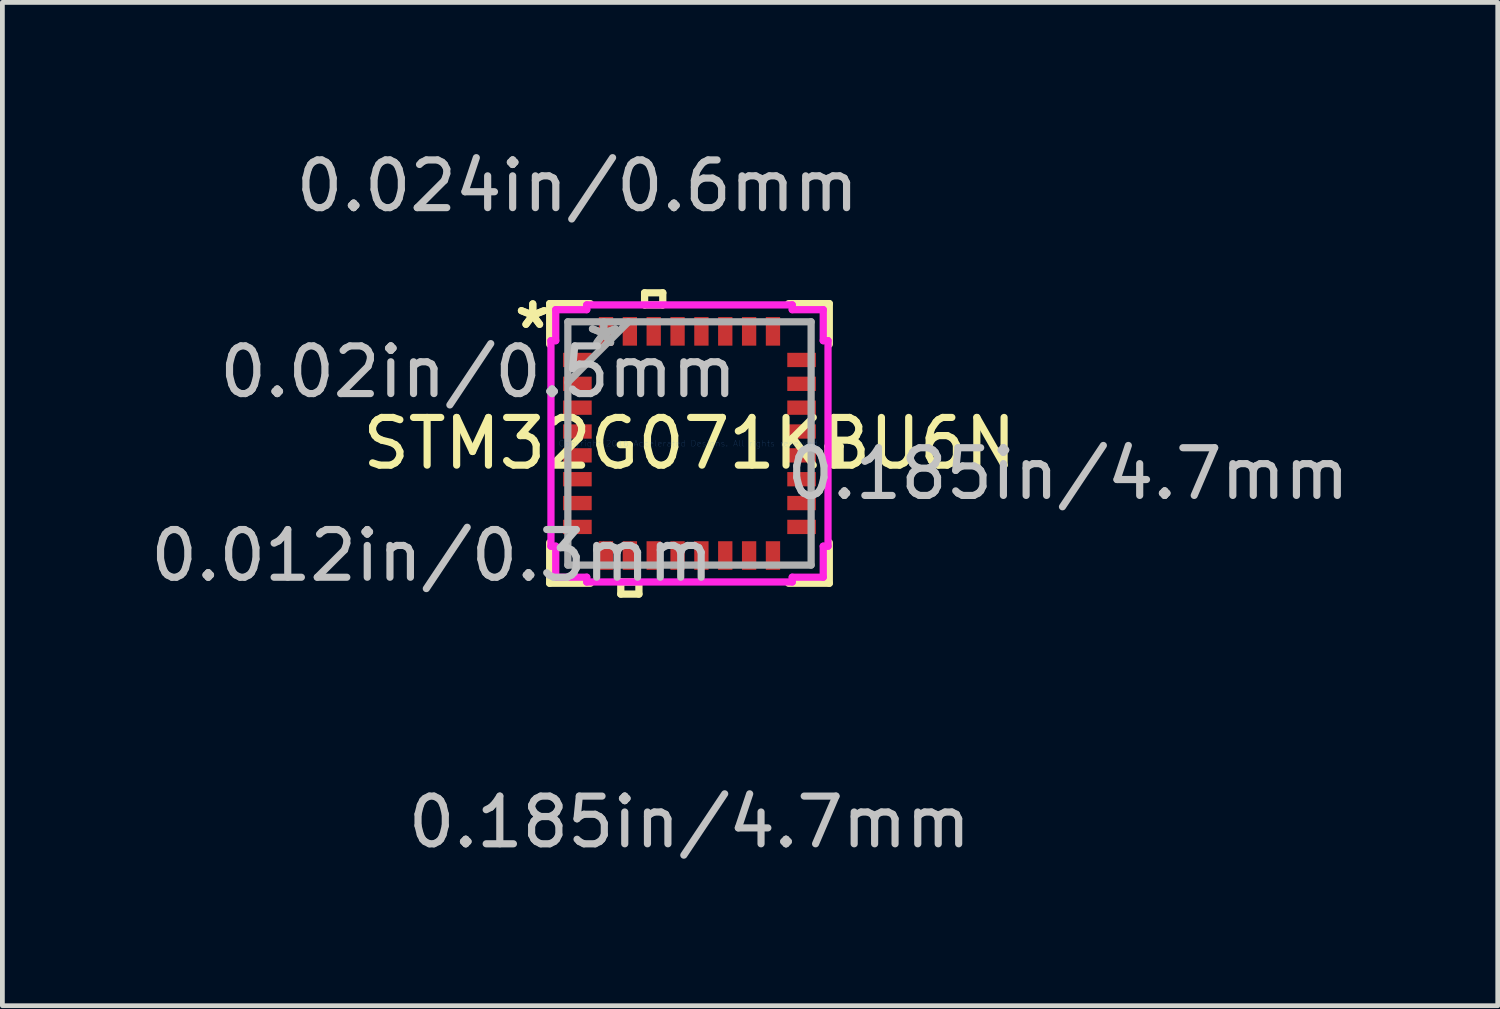
<source format=kicad_pcb>
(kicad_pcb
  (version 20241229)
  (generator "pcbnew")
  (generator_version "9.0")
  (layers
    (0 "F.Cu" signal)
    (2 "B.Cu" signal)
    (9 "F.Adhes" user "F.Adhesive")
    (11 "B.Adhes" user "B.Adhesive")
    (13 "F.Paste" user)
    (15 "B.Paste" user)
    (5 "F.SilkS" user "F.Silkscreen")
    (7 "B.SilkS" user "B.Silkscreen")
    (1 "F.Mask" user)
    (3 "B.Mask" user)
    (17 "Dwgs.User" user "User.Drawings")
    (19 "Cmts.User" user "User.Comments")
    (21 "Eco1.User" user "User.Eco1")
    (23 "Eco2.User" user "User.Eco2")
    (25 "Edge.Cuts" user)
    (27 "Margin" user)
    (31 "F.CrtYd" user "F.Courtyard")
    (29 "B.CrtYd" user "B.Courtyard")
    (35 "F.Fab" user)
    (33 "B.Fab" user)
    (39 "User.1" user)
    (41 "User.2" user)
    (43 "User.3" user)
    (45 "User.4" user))
  (footprint "STM32G071KBU6N"
    (layer "F.Cu")
    (at 11.404 6.246)
    (property "Reference" "STM32G071KBU6N" (at 0 0 0) (layer "F.SilkS") (effects (font (size 1 1) (thickness 0.15))))
    (attr through_hole)
    (fp_line (start -2.931 -2.931) (end -2.931 -2.078) (stroke (width 0.152) (type solid)) (layer "F.SilkS"))
    (fp_line (start -2.931 2.078) (end -2.931 2.931) (stroke (width 0.152) (type solid)) (layer "F.SilkS"))
    (fp_line (start -2.931 2.931) (end -2.078 2.931) (stroke (width 0.152) (type solid)) (layer "F.SilkS"))
    (fp_line (start -2.078 -2.931) (end -2.931 -2.931) (stroke (width 0.152) (type solid)) (layer "F.SilkS"))
    (fp_line (start -1.44 2.904) (end -1.44 3.158) (stroke (width 0.152) (type solid)) (layer "F.SilkS"))
    (fp_line (start -1.44 3.158) (end -1.06 3.158) (stroke (width 0.152) (type solid)) (layer "F.SilkS"))
    (fp_line (start -1.06 2.904) (end -1.44 2.904) (stroke (width 0.152) (type solid)) (layer "F.SilkS"))
    (fp_line (start -1.06 3.158) (end -1.06 2.904) (stroke (width 0.152) (type solid)) (layer "F.SilkS"))
    (fp_line (start -0.941 -3.158) (end -0.56 -3.158) (stroke (width 0.152) (type solid)) (layer "F.SilkS"))
    (fp_line (start -0.941 -2.904) (end -0.941 -3.158) (stroke (width 0.152) (type solid)) (layer "F.SilkS"))
    (fp_line (start -0.56 -3.158) (end -0.56 -2.904) (stroke (width 0.152) (type solid)) (layer "F.SilkS"))
    (fp_line (start -0.56 -2.904) (end -0.941 -2.904) (stroke (width 0.152) (type solid)) (layer "F.SilkS"))
    (fp_line (start 2.078 2.931) (end 2.931 2.931) (stroke (width 0.152) (type solid)) (layer "F.SilkS"))
    (fp_line (start 2.904 0.059) (end 3.158 0.059) (stroke (width 0.152) (type solid)) (layer "F.SilkS"))
    (fp_line (start 2.904 0.441) (end 2.904 0.059) (stroke (width 0.152) (type solid)) (layer "F.SilkS"))
    (fp_line (start 2.931 -2.931) (end 2.078 -2.931) (stroke (width 0.152) (type solid)) (layer "F.SilkS"))
    (fp_line (start 2.931 -2.078) (end 2.931 -2.931) (stroke (width 0.152) (type solid)) (layer "F.SilkS"))
    (fp_line (start 2.931 2.931) (end 2.931 2.078) (stroke (width 0.152) (type solid)) (layer "F.SilkS"))
    (fp_line (start 3.158 0.059) (end 3.158 0.441) (stroke (width 0.152) (type solid)) (layer "F.SilkS"))
    (fp_line (start 3.158 0.441) (end 2.904 0.441) (stroke (width 0.152) (type solid)) (layer "F.SilkS"))
    (fp_line (start -2.904 -2.154) (end -2.804 -2.154) (stroke (width 0.152) (type solid)) (layer "F.CrtYd"))
    (fp_line (start -2.904 2.154) (end -2.904 -2.154) (stroke (width 0.152) (type solid)) (layer "F.CrtYd"))
    (fp_line (start -2.804 -2.804) (end -2.154 -2.804) (stroke (width 0.152) (type solid)) (layer "F.CrtYd"))
    (fp_line (start -2.804 -2.154) (end -2.804 -2.804) (stroke (width 0.152) (type solid)) (layer "F.CrtYd"))
    (fp_line (start -2.804 2.154) (end -2.904 2.154) (stroke (width 0.152) (type solid)) (layer "F.CrtYd"))
    (fp_line (start -2.804 2.804) (end -2.804 2.154) (stroke (width 0.152) (type solid)) (layer "F.CrtYd"))
    (fp_line (start -2.154 -2.904) (end 2.154 -2.904) (stroke (width 0.152) (type solid)) (layer "F.CrtYd"))
    (fp_line (start -2.154 -2.804) (end -2.154 -2.904) (stroke (width 0.152) (type solid)) (layer "F.CrtYd"))
    (fp_line (start -2.154 2.804) (end -2.804 2.804) (stroke (width 0.152) (type solid)) (layer "F.CrtYd"))
    (fp_line (start -2.154 2.904) (end -2.154 2.804) (stroke (width 0.152) (type solid)) (layer "F.CrtYd"))
    (fp_line (start 2.154 -2.904) (end 2.154 -2.804) (stroke (width 0.152) (type solid)) (layer "F.CrtYd"))
    (fp_line (start 2.154 -2.804) (end 2.804 -2.804) (stroke (width 0.152) (type solid)) (layer "F.CrtYd"))
    (fp_line (start 2.154 2.804) (end 2.154 2.904) (stroke (width 0.152) (type solid)) (layer "F.CrtYd"))
    (fp_line (start 2.154 2.904) (end -2.154 2.904) (stroke (width 0.152) (type solid)) (layer "F.CrtYd"))
    (fp_line (start 2.804 -2.804) (end 2.804 -2.154) (stroke (width 0.152) (type solid)) (layer "F.CrtYd"))
    (fp_line (start 2.804 -2.154) (end 2.904 -2.154) (stroke (width 0.152) (type solid)) (layer "F.CrtYd"))
    (fp_line (start 2.804 2.154) (end 2.804 2.804) (stroke (width 0.152) (type solid)) (layer "F.CrtYd"))
    (fp_line (start 2.804 2.804) (end 2.154 2.804) (stroke (width 0.152) (type solid)) (layer "F.CrtYd"))
    (fp_line (start 2.904 -2.154) (end 2.904 2.154) (stroke (width 0.152) (type solid)) (layer "F.CrtYd"))
    (fp_line (start 2.904 2.154) (end 2.804 2.154) (stroke (width 0.152) (type solid)) (layer "F.CrtYd"))
    (fp_line (start -2.55 -2.55) (end -2.55 2.55) (stroke (width 0.152) (type solid)) (layer "F.Fab"))
    (fp_line (start -2.55 -1.28) (end -1.28 -2.55) (stroke (width 0.152) (type solid)) (layer "F.Fab"))
    (fp_line (start -2.55 2.55) (end 2.55 2.55) (stroke (width 0.152) (type solid)) (layer "F.Fab"))
    (fp_line (start 2.55 -2.55) (end -2.55 -2.55) (stroke (width 0.152) (type solid)) (layer "F.Fab"))
    (fp_line (start 2.55 2.55) (end 2.55 -2.55) (stroke (width 0.152) (type solid)) (layer "F.Fab"))
    (fp_text user "*" (at -3.285 -2.381 0) (layer "F.SilkS") (effects (font (size 1 1) (thickness 0.15))))
    (fp_text user "*" (at -3.285 -2.381 0) (layer "F.SilkS") (effects (font (size 1 1) (thickness 0.15))))
    (fp_text user "0.185in/4.7mm" (at 0 7.938 0) (layer "Dwgs.User") (effects (font (size 1 1) (thickness 0.15))))
    (fp_text user "0.185in/4.7mm" (at 7.938 0.635 0) (layer "Dwgs.User") (effects (font (size 1 1) (thickness 0.15))))
    (fp_text user "0.02in/0.5mm" (at -4.428 -1.5 0) (layer "Dwgs.User") (effects (font (size 1 1) (thickness 0.15))))
    (fp_text user "0.024in/0.6mm" (at -2.35 -5.398 0) (layer "Dwgs.User") (effects (font (size 1 1) (thickness 0.15))))
    (fp_text user "0.012in/0.3mm" (at -5.398 2.35 0) (layer "Dwgs.User") (effects (font (size 1 1) (thickness 0.15))))
    (fp_text user "Copyright 2016 Accelerated Designs. All rights reserved." (at 0 0 0) (layer "Cmts.User") (effects (font (size 0.127 0.127) (thickness 0.002))))
    (fp_text user "*" (at -1.796 -2 0) (layer "F.Fab") (effects (font (size 1 1) (thickness 0.15))))
    (fp_text user "*" (at -1.796 -2 0) (layer "F.Fab") (effects (font (size 1 1) (thickness 0.15))))
    (pad "1" smd rect (at -2.35 -1.75 90) (size 0.3 0.6) (layers "F.Cu" "F.Mask" "F.Paste"))
    (pad "2" smd rect (at -2.35 -1.25 90) (size 0.3 0.6) (layers "F.Cu" "F.Mask" "F.Paste"))
    (pad "3" smd rect (at -2.35 -0.75 90) (size 0.3 0.6) (layers "F.Cu" "F.Mask" "F.Paste"))
    (pad "4" smd rect (at -2.35 -0.25 90) (size 0.3 0.6) (layers "F.Cu" "F.Mask" "F.Paste"))
    (pad "5" smd rect (at -2.35 0.25 90) (size 0.3 0.6) (layers "F.Cu" "F.Mask" "F.Paste"))
    (pad "6" smd rect (at -2.35 0.75 90) (size 0.3 0.6) (layers "F.Cu" "F.Mask" "F.Paste"))
    (pad "7" smd rect (at -2.35 1.25 90) (size 0.3 0.6) (layers "F.Cu" "F.Mask" "F.Paste"))
    (pad "8" smd rect (at -2.35 1.75 90) (size 0.3 0.6) (layers "F.Cu" "F.Mask" "F.Paste"))
    (pad "9" smd rect (at -1.75 2.35) (size 0.3 0.6) (layers "F.Cu" "F.Mask" "F.Paste"))
    (pad "10" smd rect (at -1.25 2.35) (size 0.3 0.6) (layers "F.Cu" "F.Mask" "F.Paste"))
    (pad "11" smd rect (at -0.75 2.35) (size 0.3 0.6) (layers "F.Cu" "F.Mask" "F.Paste"))
    (pad "12" smd rect (at -0.25 2.35) (size 0.3 0.6) (layers "F.Cu" "F.Mask" "F.Paste"))
    (pad "13" smd rect (at 0.25 2.35) (size 0.3 0.6) (layers "F.Cu" "F.Mask" "F.Paste"))
    (pad "14" smd rect (at 0.75 2.35) (size 0.3 0.6) (layers "F.Cu" "F.Mask" "F.Paste"))
    (pad "15" smd rect (at 1.25 2.35) (size 0.3 0.6) (layers "F.Cu" "F.Mask" "F.Paste"))
    (pad "16" smd rect (at 1.75 2.35) (size 0.3 0.6) (layers "F.Cu" "F.Mask" "F.Paste"))
    (pad "17" smd rect (at 2.35 1.75 90) (size 0.3 0.6) (layers "F.Cu" "F.Mask" "F.Paste"))
    (pad "18" smd rect (at 2.35 1.25 90) (size 0.3 0.6) (layers "F.Cu" "F.Mask" "F.Paste"))
    (pad "19" smd rect (at 2.35 0.75 90) (size 0.3 0.6) (layers "F.Cu" "F.Mask" "F.Paste"))
    (pad "20" smd rect (at 2.35 0.25 90) (size 0.3 0.6) (layers "F.Cu" "F.Mask" "F.Paste"))
    (pad "21" smd rect (at 2.35 -0.25 90) (size 0.3 0.6) (layers "F.Cu" "F.Mask" "F.Paste"))
    (pad "22" smd rect (at 2.35 -0.75 90) (size 0.3 0.6) (layers "F.Cu" "F.Mask" "F.Paste"))
    (pad "23" smd rect (at 2.35 -1.25 90) (size 0.3 0.6) (layers "F.Cu" "F.Mask" "F.Paste"))
    (pad "24" smd rect (at 2.35 -1.75 90) (size 0.3 0.6) (layers "F.Cu" "F.Mask" "F.Paste"))
    (pad "25" smd rect (at 1.75 -2.35) (size 0.3 0.6) (layers "F.Cu" "F.Mask" "F.Paste"))
    (pad "26" smd rect (at 1.25 -2.35) (size 0.3 0.6) (layers "F.Cu" "F.Mask" "F.Paste"))
    (pad "27" smd rect (at 0.75 -2.35) (size 0.3 0.6) (layers "F.Cu" "F.Mask" "F.Paste"))
    (pad "28" smd rect (at 0.25 -2.35) (size 0.3 0.6) (layers "F.Cu" "F.Mask" "F.Paste"))
    (pad "29" smd rect (at -0.25 -2.35) (size 0.3 0.6) (layers "F.Cu" "F.Mask" "F.Paste"))
    (pad "30" smd rect (at -0.75 -2.35) (size 0.3 0.6) (layers "F.Cu" "F.Mask" "F.Paste"))
    (pad "31" smd rect (at -1.25 -2.35) (size 0.3 0.6) (layers "F.Cu" "F.Mask" "F.Paste"))
    (pad "32" smd rect (at -1.75 -2.35) (size 0.3 0.6) (layers "F.Cu" "F.Mask" "F.Paste")))
  (gr_rect
    (start -3 -3)
    (end 28.348 18.033)
    (stroke (width 0.1) (type default))
    (fill no)
    (layer "Edge.Cuts")))
</source>
